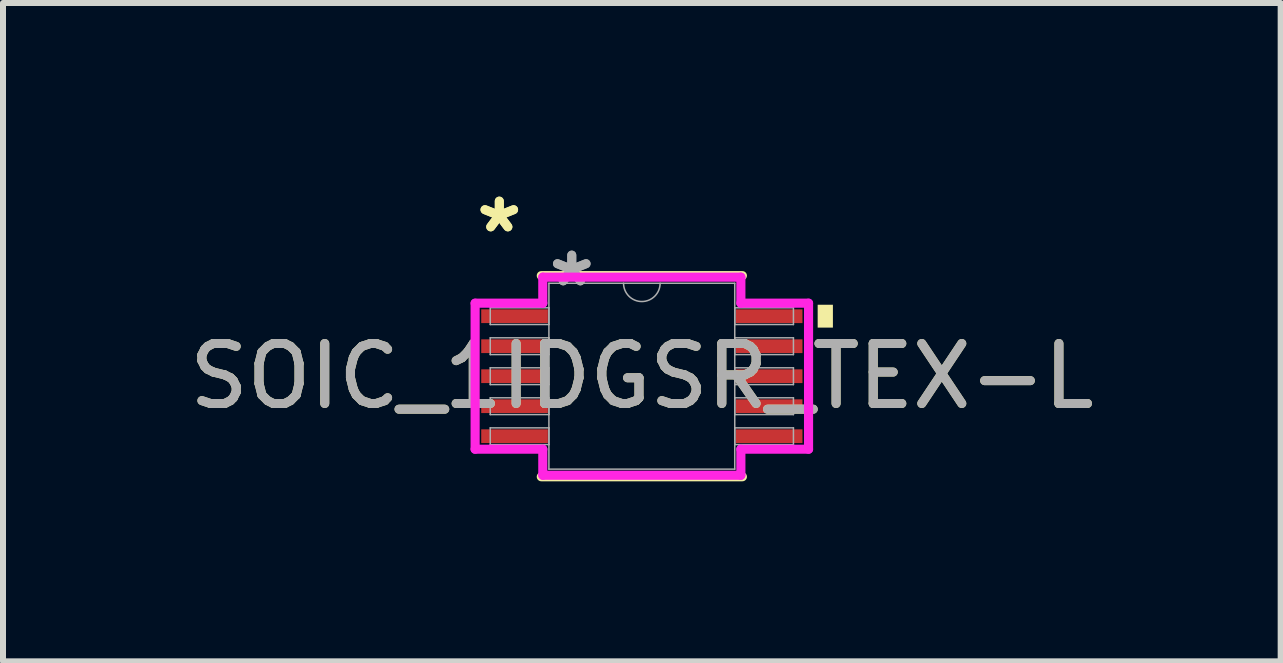
<source format=kicad_pcb>
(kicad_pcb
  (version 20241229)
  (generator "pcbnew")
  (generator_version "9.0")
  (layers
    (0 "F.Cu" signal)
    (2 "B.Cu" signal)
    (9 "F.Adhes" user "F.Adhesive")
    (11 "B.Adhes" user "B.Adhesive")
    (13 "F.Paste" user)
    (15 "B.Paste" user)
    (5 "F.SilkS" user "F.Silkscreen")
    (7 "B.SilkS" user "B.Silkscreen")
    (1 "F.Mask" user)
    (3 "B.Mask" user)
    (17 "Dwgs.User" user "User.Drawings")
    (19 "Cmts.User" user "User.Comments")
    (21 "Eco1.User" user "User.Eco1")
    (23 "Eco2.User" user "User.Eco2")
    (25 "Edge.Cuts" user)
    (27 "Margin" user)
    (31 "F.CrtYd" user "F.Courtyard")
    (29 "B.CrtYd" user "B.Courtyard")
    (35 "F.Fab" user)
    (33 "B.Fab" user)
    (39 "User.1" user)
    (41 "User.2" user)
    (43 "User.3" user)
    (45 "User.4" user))
  (footprint "SOIC_1IDGSR_TEX-L"
    (layer "F.Cu")
    (at 7.649 3.221)
    (property "Reference" "SOIC_1IDGSR_TEX-L" (at 0 0 0) (unlocked yes) (layer "F.SilkS") (effects (font (size 1 1) (thickness 0.15))))
    (attr smd)
    (fp_line (start -1.676 1.676) (end 1.676 1.676) (stroke (width 0.152) (type solid)) (layer "F.SilkS"))
    (fp_line (start 1.676 -1.676) (end -1.676 -1.676) (stroke (width 0.152) (type solid)) (layer "F.SilkS"))
    (fp_poly (pts (xy 3.185 -1.191) (xy 3.185 -0.81) (xy 2.931 -0.81) (xy 2.931 -1.191)) (stroke (width 0) (type solid)) (fill yes) (layer "F.SilkS"))
    (fp_line (start -2.779 -1.217) (end -1.651 -1.217) (stroke (width 0.152) (type solid)) (layer "F.CrtYd"))
    (fp_line (start -2.779 1.217) (end -2.779 -1.217) (stroke (width 0.152) (type solid)) (layer "F.CrtYd"))
    (fp_line (start -2.779 1.217) (end -1.651 1.217) (stroke (width 0.152) (type solid)) (layer "F.CrtYd"))
    (fp_line (start -1.651 -1.651) (end 1.651 -1.651) (stroke (width 0.152) (type solid)) (layer "F.CrtYd"))
    (fp_line (start -1.651 -1.217) (end -1.651 -1.651) (stroke (width 0.152) (type solid)) (layer "F.CrtYd"))
    (fp_line (start -1.651 1.651) (end -1.651 1.217) (stroke (width 0.152) (type solid)) (layer "F.CrtYd"))
    (fp_line (start 1.651 -1.651) (end 1.651 -1.217) (stroke (width 0.152) (type solid)) (layer "F.CrtYd"))
    (fp_line (start 1.651 1.217) (end 1.651 1.651) (stroke (width 0.152) (type solid)) (layer "F.CrtYd"))
    (fp_line (start 1.651 1.651) (end -1.651 1.651) (stroke (width 0.152) (type solid)) (layer "F.CrtYd"))
    (fp_line (start 2.779 -1.217) (end 1.651 -1.217) (stroke (width 0.152) (type solid)) (layer "F.CrtYd"))
    (fp_line (start 2.779 -1.217) (end 2.779 1.217) (stroke (width 0.152) (type solid)) (layer "F.CrtYd"))
    (fp_line (start 2.779 1.217) (end 1.651 1.217) (stroke (width 0.152) (type solid)) (layer "F.CrtYd"))
    (fp_line (start -2.527 -1.14) (end -2.527 -0.861) (stroke (width 0.025) (type solid)) (layer "F.Fab"))
    (fp_line (start -2.527 -0.861) (end -1.549 -0.861) (stroke (width 0.025) (type solid)) (layer "F.Fab"))
    (fp_line (start -2.527 -0.64) (end -2.527 -0.36) (stroke (width 0.025) (type solid)) (layer "F.Fab"))
    (fp_line (start -2.527 -0.36) (end -1.549 -0.36) (stroke (width 0.025) (type solid)) (layer "F.Fab"))
    (fp_line (start -2.527 -0.14) (end -2.527 0.14) (stroke (width 0.025) (type solid)) (layer "F.Fab"))
    (fp_line (start -2.527 0.14) (end -1.549 0.14) (stroke (width 0.025) (type solid)) (layer "F.Fab"))
    (fp_line (start -2.527 0.36) (end -2.527 0.64) (stroke (width 0.025) (type solid)) (layer "F.Fab"))
    (fp_line (start -2.527 0.64) (end -1.549 0.64) (stroke (width 0.025) (type solid)) (layer "F.Fab"))
    (fp_line (start -2.527 0.861) (end -2.527 1.14) (stroke (width 0.025) (type solid)) (layer "F.Fab"))
    (fp_line (start -2.527 1.14) (end -1.549 1.14) (stroke (width 0.025) (type solid)) (layer "F.Fab"))
    (fp_line (start -1.549 -1.549) (end -1.549 1.549) (stroke (width 0.025) (type solid)) (layer "F.Fab"))
    (fp_line (start -1.549 -1.14) (end -2.527 -1.14) (stroke (width 0.025) (type solid)) (layer "F.Fab"))
    (fp_line (start -1.549 -0.861) (end -1.549 -1.14) (stroke (width 0.025) (type solid)) (layer "F.Fab"))
    (fp_line (start -1.549 -0.64) (end -2.527 -0.64) (stroke (width 0.025) (type solid)) (layer "F.Fab"))
    (fp_line (start -1.549 -0.36) (end -1.549 -0.64) (stroke (width 0.025) (type solid)) (layer "F.Fab"))
    (fp_line (start -1.549 -0.14) (end -2.527 -0.14) (stroke (width 0.025) (type solid)) (layer "F.Fab"))
    (fp_line (start -1.549 0.14) (end -1.549 -0.14) (stroke (width 0.025) (type solid)) (layer "F.Fab"))
    (fp_line (start -1.549 0.36) (end -2.527 0.36) (stroke (width 0.025) (type solid)) (layer "F.Fab"))
    (fp_line (start -1.549 0.64) (end -1.549 0.36) (stroke (width 0.025) (type solid)) (layer "F.Fab"))
    (fp_line (start -1.549 0.861) (end -2.527 0.861) (stroke (width 0.025) (type solid)) (layer "F.Fab"))
    (fp_line (start -1.549 1.14) (end -1.549 0.861) (stroke (width 0.025) (type solid)) (layer "F.Fab"))
    (fp_line (start -1.549 1.549) (end 1.549 1.549) (stroke (width 0.025) (type solid)) (layer "F.Fab"))
    (fp_line (start 1.549 -1.549) (end -1.549 -1.549) (stroke (width 0.025) (type solid)) (layer "F.Fab"))
    (fp_line (start 1.549 -1.14) (end 1.549 -0.861) (stroke (width 0.025) (type solid)) (layer "F.Fab"))
    (fp_line (start 1.549 -0.861) (end 2.527 -0.861) (stroke (width 0.025) (type solid)) (layer "F.Fab"))
    (fp_line (start 1.549 -0.64) (end 1.549 -0.36) (stroke (width 0.025) (type solid)) (layer "F.Fab"))
    (fp_line (start 1.549 -0.36) (end 2.527 -0.36) (stroke (width 0.025) (type solid)) (layer "F.Fab"))
    (fp_line (start 1.549 -0.14) (end 1.549 0.14) (stroke (width 0.025) (type solid)) (layer "F.Fab"))
    (fp_line (start 1.549 0.14) (end 2.527 0.14) (stroke (width 0.025) (type solid)) (layer "F.Fab"))
    (fp_line (start 1.549 0.36) (end 1.549 0.64) (stroke (width 0.025) (type solid)) (layer "F.Fab"))
    (fp_line (start 1.549 0.64) (end 2.527 0.64) (stroke (width 0.025) (type solid)) (layer "F.Fab"))
    (fp_line (start 1.549 0.861) (end 1.549 1.14) (stroke (width 0.025) (type solid)) (layer "F.Fab"))
    (fp_line (start 1.549 1.14) (end 2.527 1.14) (stroke (width 0.025) (type solid)) (layer "F.Fab"))
    (fp_line (start 1.549 1.549) (end 1.549 -1.549) (stroke (width 0.025) (type solid)) (layer "F.Fab"))
    (fp_line (start 2.527 -1.14) (end 1.549 -1.14) (stroke (width 0.025) (type solid)) (layer "F.Fab"))
    (fp_line (start 2.527 -0.861) (end 2.527 -1.14) (stroke (width 0.025) (type solid)) (layer "F.Fab"))
    (fp_line (start 2.527 -0.64) (end 1.549 -0.64) (stroke (width 0.025) (type solid)) (layer "F.Fab"))
    (fp_line (start 2.527 -0.36) (end 2.527 -0.64) (stroke (width 0.025) (type solid)) (layer "F.Fab"))
    (fp_line (start 2.527 -0.14) (end 1.549 -0.14) (stroke (width 0.025) (type solid)) (layer "F.Fab"))
    (fp_line (start 2.527 0.14) (end 2.527 -0.14) (stroke (width 0.025) (type solid)) (layer "F.Fab"))
    (fp_line (start 2.527 0.36) (end 1.549 0.36) (stroke (width 0.025) (type solid)) (layer "F.Fab"))
    (fp_line (start 2.527 0.64) (end 2.527 0.36) (stroke (width 0.025) (type solid)) (layer "F.Fab"))
    (fp_line (start 2.527 0.861) (end 1.549 0.861) (stroke (width 0.025) (type solid)) (layer "F.Fab"))
    (fp_line (start 2.527 1.14) (end 2.527 0.861) (stroke (width 0.025) (type solid)) (layer "F.Fab"))
    (fp_arc (start 0.3048 -1.5494) (mid 0 -1.2446) (end -0.3048 -1.5494) (stroke (width 0.0254) (type solid)) (layer "F.Fab"))
    (fp_text user "*" (at -2.376 -2.373 0) (layer "F.SilkS") (effects (font (size 1 1) (thickness 0.15))))
    (fp_text user "*" (at -2.376 -2.373 0) (unlocked yes) (layer "F.SilkS") (effects (font (size 1 1) (thickness 0.15))))
    (fp_text user "${REFERENCE}" (at 0 0 0) (unlocked yes) (layer "F.Fab") (effects (font (size 1 1) (thickness 0.15))))
    (fp_text user "*" (at -1.168 -1.473 0) (unlocked yes) (layer "F.Fab") (effects (font (size 1 1) (thickness 0.15))))
    (fp_text user "*" (at -1.168 -1.473 0) (layer "F.Fab") (effects (font (size 1 1) (thickness 0.15))))
    (pad "1" smd rect (at -2.122 -1) (size 1.111 0.229) (layers "F.Cu" "F.Mask" "F.Paste"))
    (pad "2" smd rect (at -2.122 -0.5) (size 1.111 0.229) (layers "F.Cu" "F.Mask" "F.Paste"))
    (pad "3" smd rect (at -2.122 0) (size 1.111 0.229) (layers "F.Cu" "F.Mask" "F.Paste"))
    (pad "4" smd rect (at -2.122 0.5) (size 1.111 0.229) (layers "F.Cu" "F.Mask" "F.Paste"))
    (pad "5" smd rect (at -2.122 1) (size 1.111 0.229) (layers "F.Cu" "F.Mask" "F.Paste"))
    (pad "6" smd rect (at 2.122 1) (size 1.111 0.229) (layers "F.Cu" "F.Mask" "F.Paste"))
    (pad "7" smd rect (at 2.122 0.5) (size 1.111 0.229) (layers "F.Cu" "F.Mask" "F.Paste"))
    (pad "8" smd rect (at 2.122 0) (size 1.111 0.229) (layers "F.Cu" "F.Mask" "F.Paste"))
    (pad "9" smd rect (at 2.122 -0.5) (size 1.111 0.229) (layers "F.Cu" "F.Mask" "F.Paste"))
    (pad "10" smd rect (at 2.122 -1) (size 1.111 0.229) (layers "F.Cu" "F.Mask" "F.Paste")))
  (gr_rect
    (start -3 -3)
    (end 18.298 7.974)
    (stroke (width 0.1) (type default))
    (fill no)
    (layer "Edge.Cuts")))
</source>
